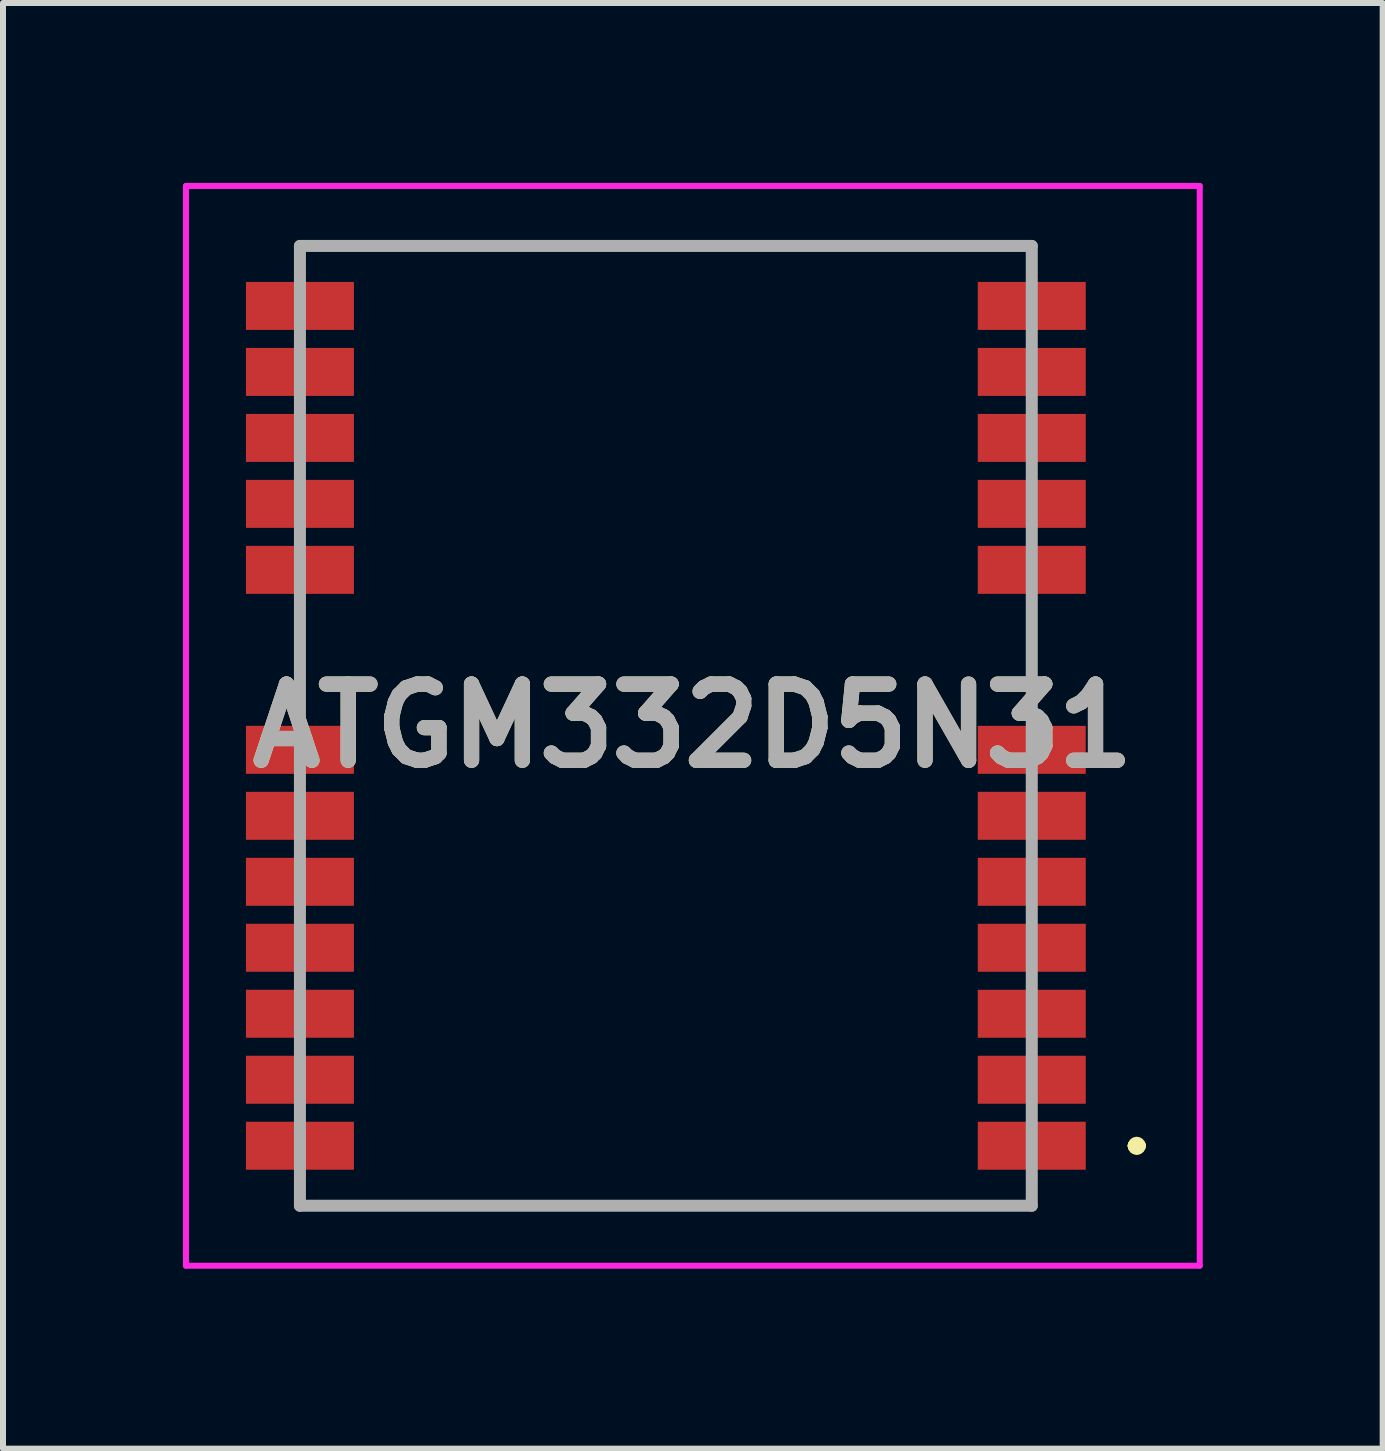
<source format=kicad_pcb>
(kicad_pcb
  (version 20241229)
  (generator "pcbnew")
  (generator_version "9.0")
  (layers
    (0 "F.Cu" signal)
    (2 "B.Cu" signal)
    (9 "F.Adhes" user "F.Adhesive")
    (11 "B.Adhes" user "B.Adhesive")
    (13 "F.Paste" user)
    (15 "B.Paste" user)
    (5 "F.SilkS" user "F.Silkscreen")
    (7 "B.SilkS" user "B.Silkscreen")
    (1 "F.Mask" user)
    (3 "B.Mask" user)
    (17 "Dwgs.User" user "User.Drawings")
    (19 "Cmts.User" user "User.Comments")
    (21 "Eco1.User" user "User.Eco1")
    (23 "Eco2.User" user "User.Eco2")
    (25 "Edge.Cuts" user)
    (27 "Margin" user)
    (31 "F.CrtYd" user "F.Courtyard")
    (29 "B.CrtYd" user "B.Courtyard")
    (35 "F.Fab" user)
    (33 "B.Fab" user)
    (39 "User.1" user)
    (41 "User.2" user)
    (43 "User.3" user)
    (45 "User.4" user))
  (footprint "ATGM332D5N31"
    (layer "F.Cu")
    (at 8.05 9.05)
    (property "Reference" "ATGM332D5N31" (at 0.45 0 0) (layer "F.SilkS") (effects (font (size 1.27 1.27) (thickness 0.254))))
    (attr smd)
    (fp_line (start -6.1 -1.5) (end -6.1 -1.5) (stroke (width 0.1) (type solid)) (layer "F.SilkS"))
    (fp_line (start -6.1 -1.5) (end -6.1 -0.5) (stroke (width 0.1) (type solid)) (layer "F.SilkS"))
    (fp_line (start -6.1 -0.5) (end -6.1 -1.5) (stroke (width 0.1) (type solid)) (layer "F.SilkS"))
    (fp_line (start -6.1 -0.5) (end -6.1 -0.5) (stroke (width 0.1) (type solid)) (layer "F.SilkS"))
    (fp_line (start -6 -8) (end -6 -8) (stroke (width 0.1) (type solid)) (layer "F.SilkS"))
    (fp_line (start -6 -8) (end 6 -8) (stroke (width 0.1) (type solid)) (layer "F.SilkS"))
    (fp_line (start -6 8) (end -6 8) (stroke (width 0.1) (type solid)) (layer "F.SilkS"))
    (fp_line (start -6 8) (end 6.1 8) (stroke (width 0.1) (type solid)) (layer "F.SilkS"))
    (fp_line (start 6 -8) (end -6 -8) (stroke (width 0.1) (type solid)) (layer "F.SilkS"))
    (fp_line (start 6 -8) (end 6 -8) (stroke (width 0.1) (type solid)) (layer "F.SilkS"))
    (fp_line (start 6.1 -1.5) (end 6.1 -1.5) (stroke (width 0.1) (type solid)) (layer "F.SilkS"))
    (fp_line (start 6.1 -1.5) (end 6.1 -0.5) (stroke (width 0.1) (type solid)) (layer "F.SilkS"))
    (fp_line (start 6.1 -0.5) (end 6.1 -1.5) (stroke (width 0.1) (type solid)) (layer "F.SilkS"))
    (fp_line (start 6.1 -0.5) (end 6.1 -0.5) (stroke (width 0.1) (type solid)) (layer "F.SilkS"))
    (fp_line (start 6.1 8) (end -6 8) (stroke (width 0.1) (type solid)) (layer "F.SilkS"))
    (fp_line (start 6.1 8) (end 6.1 8) (stroke (width 0.1) (type solid)) (layer "F.SilkS"))
    (fp_line (start 7.8 7) (end 7.8 7) (stroke (width 0.2) (type solid)) (layer "F.SilkS"))
    (fp_line (start 7.8 7) (end 7.8 7) (stroke (width 0.2) (type solid)) (layer "F.SilkS"))
    (fp_line (start 7.9 7) (end 7.9 7) (stroke (width 0.2) (type solid)) (layer "F.SilkS"))
    (fp_arc (start 7.8 7) (mid 7.85 6.95) (end 7.9 7) (stroke (width 0.2) (type solid)) (layer "F.SilkS"))
    (fp_arc (start 7.9 7) (mid 7.85 7.05) (end 7.8 7) (stroke (width 0.2) (type solid)) (layer "F.SilkS"))
    (fp_arc (start 7.9 7) (mid 7.85 7.05) (end 7.8 7) (stroke (width 0.2) (type solid)) (layer "F.SilkS"))
    (fp_line (start -8 -9) (end 8.9 -9) (stroke (width 0.1) (type solid)) (layer "F.CrtYd"))
    (fp_line (start -8 9) (end -8 -9) (stroke (width 0.1) (type solid)) (layer "F.CrtYd"))
    (fp_line (start 8.9 -9) (end 8.9 9) (stroke (width 0.1) (type solid)) (layer "F.CrtYd"))
    (fp_line (start 8.9 9) (end -8 9) (stroke (width 0.1) (type solid)) (layer "F.CrtYd"))
    (fp_line (start -6.1 -8) (end -6.1 8) (stroke (width 0.2) (type solid)) (layer "F.Fab"))
    (fp_line (start -6.1 8) (end 6.1 8) (stroke (width 0.2) (type solid)) (layer "F.Fab"))
    (fp_line (start 6.1 -8) (end -6.1 -8) (stroke (width 0.2) (type solid)) (layer "F.Fab"))
    (fp_line (start 6.1 8) (end 6.1 -8) (stroke (width 0.2) (type solid)) (layer "F.Fab"))
    (fp_text user "${REFERENCE}" (at 0.45 0 0) (layer "F.Fab") (effects (font (size 1.27 1.27) (thickness 0.254))))
    (pad "1" smd rect (at 6.1 7 90) (size 0.8 1.8) (layers "F.Cu" "F.Mask" "F.Paste"))
    (pad "2" smd rect (at 6.1 5.9 90) (size 0.8 1.8) (layers "F.Cu" "F.Mask" "F.Paste"))
    (pad "3" smd rect (at 6.1 4.8 90) (size 0.8 1.8) (layers "F.Cu" "F.Mask" "F.Paste"))
    (pad "4" smd rect (at 6.1 3.7 90) (size 0.8 1.8) (layers "F.Cu" "F.Mask" "F.Paste"))
    (pad "5" smd rect (at 6.1 2.6 90) (size 0.8 1.8) (layers "F.Cu" "F.Mask" "F.Paste"))
    (pad "6" smd rect (at 6.1 1.5 90) (size 0.8 1.8) (layers "F.Cu" "F.Mask" "F.Paste"))
    (pad "7" smd rect (at 6.1 0.4 90) (size 0.8 1.8) (layers "F.Cu" "F.Mask" "F.Paste"))
    (pad "8" smd rect (at 6.1 -2.6 90) (size 0.8 1.8) (layers "F.Cu" "F.Mask" "F.Paste"))
    (pad "9" smd rect (at 6.1 -3.7 90) (size 0.8 1.8) (layers "F.Cu" "F.Mask" "F.Paste"))
    (pad "10" smd rect (at 6.1 -4.8 90) (size 0.8 1.8) (layers "F.Cu" "F.Mask" "F.Paste"))
    (pad "11" smd rect (at 6.1 -5.9 90) (size 0.8 1.8) (layers "F.Cu" "F.Mask" "F.Paste"))
    (pad "12" smd rect (at 6.1 -7 90) (size 0.8 1.8) (layers "F.Cu" "F.Mask" "F.Paste"))
    (pad "13" smd rect (at -6.1 -7 90) (size 0.8 1.8) (layers "F.Cu" "F.Mask" "F.Paste"))
    (pad "14" smd rect (at -6.1 -5.9 90) (size 0.8 1.8) (layers "F.Cu" "F.Mask" "F.Paste"))
    (pad "15" smd rect (at -6.1 -4.8 90) (size 0.8 1.8) (layers "F.Cu" "F.Mask" "F.Paste"))
    (pad "16" smd rect (at -6.1 -3.7 90) (size 0.8 1.8) (layers "F.Cu" "F.Mask" "F.Paste"))
    (pad "17" smd rect (at -6.1 -2.6 90) (size 0.8 1.8) (layers "F.Cu" "F.Mask" "F.Paste"))
    (pad "18" smd rect (at -6.1 0.4 90) (size 0.8 1.8) (layers "F.Cu" "F.Mask" "F.Paste"))
    (pad "19" smd rect (at -6.1 1.5 90) (size 0.8 1.8) (layers "F.Cu" "F.Mask" "F.Paste"))
    (pad "20" smd rect (at -6.1 2.6 90) (size 0.8 1.8) (layers "F.Cu" "F.Mask" "F.Paste"))
    (pad "21" smd rect (at -6.1 3.7 90) (size 0.8 1.8) (layers "F.Cu" "F.Mask" "F.Paste"))
    (pad "22" smd rect (at -6.1 4.8 90) (size 0.8 1.8) (layers "F.Cu" "F.Mask" "F.Paste"))
    (pad "23" smd rect (at -6.1 5.9 90) (size 0.8 1.8) (layers "F.Cu" "F.Mask" "F.Paste"))
    (pad "24" smd rect (at -6.1 7 90) (size 0.8 1.8) (layers "F.Cu" "F.Mask" "F.Paste")))
  (gr_rect
    (start -3 -3)
    (end 20 21.1)
    (stroke (width 0.1) (type default))
    (fill no)
    (layer "Edge.Cuts")))
</source>
